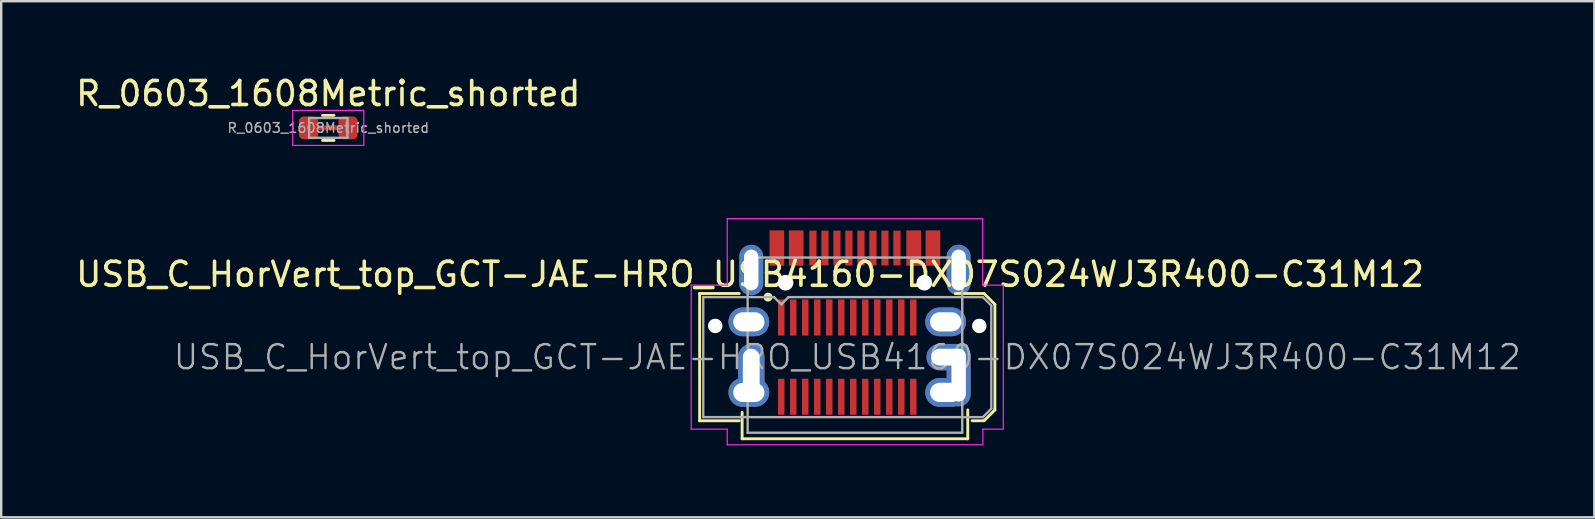
<source format=kicad_pcb>
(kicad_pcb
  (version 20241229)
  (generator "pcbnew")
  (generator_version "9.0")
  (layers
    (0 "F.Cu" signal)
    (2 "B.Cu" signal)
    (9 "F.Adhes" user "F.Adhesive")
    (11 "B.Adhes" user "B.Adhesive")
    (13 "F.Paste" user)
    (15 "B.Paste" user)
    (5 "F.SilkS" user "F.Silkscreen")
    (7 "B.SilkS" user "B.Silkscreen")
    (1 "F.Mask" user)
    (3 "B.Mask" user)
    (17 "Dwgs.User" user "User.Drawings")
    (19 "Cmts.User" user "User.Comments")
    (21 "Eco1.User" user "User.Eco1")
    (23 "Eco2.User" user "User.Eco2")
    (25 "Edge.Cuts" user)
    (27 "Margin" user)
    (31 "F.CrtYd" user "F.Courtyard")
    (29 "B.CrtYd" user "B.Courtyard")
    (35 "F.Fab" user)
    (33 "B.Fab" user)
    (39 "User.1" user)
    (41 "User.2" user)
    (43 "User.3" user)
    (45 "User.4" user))
  (footprint "USB_C_HorVert_top_GCT-JAE-HRO_USB4160-DX07S024WJ3R400-C31M12"
    (layer "F.Cu")
    (at 32.246 11.828)
    (property "Reference" "USB_C_HorVert_top_GCT-JAE-HRO_USB4160-DX07S024WJ3R400-C31M12" (at -4.05 -3.45 0) (layer "F.SilkS") (effects (font (size 1 1) (thickness 0.15))))
    (attr smd)
    (fp_line (start -6.15 -2.65) (end -6.15 2.65) (stroke (width 0.12) (type solid)) (layer "F.SilkS"))
    (fp_line (start -6.15 -2.65) (end -4.5 -2.65) (stroke (width 0.12) (type solid)) (layer "F.SilkS"))
    (fp_line (start -6.15 2.65) (end -4.5 2.65) (stroke (width 0.12) (type solid)) (layer "F.SilkS"))
    (fp_line (start -4.38 2.3) (end -4.38 3.4) (stroke (width 0.12) (type solid)) (layer "F.SilkS"))
    (fp_line (start -4.38 3.4) (end 5.02 3.4) (stroke (width 0.12) (type solid)) (layer "F.SilkS"))
    (fp_line (start 4.5 -2.65) (end 5.7 -2.65) (stroke (width 0.12) (type solid)) (layer "F.SilkS"))
    (fp_line (start 5.02 2.2) (end 5.02 3.4) (stroke (width 0.12) (type solid)) (layer "F.SilkS"))
    (fp_line (start 5.2 2.65) (end 5.7 2.65) (stroke (width 0.12) (type solid)) (layer "F.SilkS"))
    (fp_line (start 5.7 -2.65) (end 6.15 -2.2) (stroke (width 0.12) (type solid)) (layer "F.SilkS"))
    (fp_line (start 5.7 2.65) (end 6.15 2.2) (stroke (width 0.12) (type solid)) (layer "F.SilkS"))
    (fp_line (start 6.15 -2.2) (end 6.15 2.2) (stroke (width 0.12) (type solid)) (layer "F.SilkS"))
    (fp_circle (center -3.3 -2.5) (end -3.188 -2.5) (stroke (width 0.15) (type solid)) (fill no) (layer "F.SilkS"))
    (fp_line (start -6.5 -3) (end -5 -3) (stroke (width 0.05) (type default)) (layer "F.CrtYd"))
    (fp_line (start -6.5 3) (end -6.5 -3) (stroke (width 0.05) (type solid)) (layer "F.CrtYd"))
    (fp_line (start -6.5 3) (end -5 3) (stroke (width 0.05) (type default)) (layer "F.CrtYd"))
    (fp_line (start -5 -5.77) (end -5 -3) (stroke (width 0.05) (type default)) (layer "F.CrtYd"))
    (fp_line (start -5 -5.77) (end 5.64 -5.77) (stroke (width 0.05) (type solid)) (layer "F.CrtYd"))
    (fp_line (start -5 3) (end -5 3.65) (stroke (width 0.05) (type default)) (layer "F.CrtYd"))
    (fp_line (start -5 3.65) (end 5.64 3.65) (stroke (width 0.05) (type solid)) (layer "F.CrtYd"))
    (fp_line (start 5.64 -5.77) (end 5.64 -3) (stroke (width 0.05) (type default)) (layer "F.CrtYd"))
    (fp_line (start 5.64 -3) (end 5.65 -3) (stroke (width 0.05) (type default)) (layer "F.CrtYd"))
    (fp_line (start 5.65 3) (end 5.65 3.65) (stroke (width 0.05) (type default)) (layer "F.CrtYd"))
    (fp_line (start 6.5 -3) (end 5.65 -3) (stroke (width 0.05) (type default)) (layer "F.CrtYd"))
    (fp_line (start 6.5 -3) (end 6.5 3) (stroke (width 0.05) (type solid)) (layer "F.CrtYd"))
    (fp_line (start 6.5 3) (end 5.65 3) (stroke (width 0.05) (type default)) (layer "F.CrtYd"))
    (fp_line (start -6 -2.5) (end -3.05 -2.5) (stroke (width 0.1) (type solid)) (layer "F.Fab"))
    (fp_line (start -6 2.5) (end -6 -2.5) (stroke (width 0.1) (type solid)) (layer "F.Fab"))
    (fp_line (start -6 2.5) (end 5.65 2.5) (stroke (width 0.1) (type solid)) (layer "F.Fab"))
    (fp_line (start -4.15 -4.15) (end -4.15 3.15) (stroke (width 0.1) (type solid)) (layer "F.Fab"))
    (fp_line (start -4.15 -4.15) (end 4.79 -4.15) (stroke (width 0.1) (type solid)) (layer "F.Fab"))
    (fp_line (start -4.15 3.15) (end 4.79 3.15) (stroke (width 0.1) (type solid)) (layer "F.Fab"))
    (fp_line (start -3.05 -2.5) (end -2.75 -2.2) (stroke (width 0.1) (type solid)) (layer "F.Fab"))
    (fp_line (start -2.75 -2.2) (end -2.45 -2.5) (stroke (width 0.1) (type solid)) (layer "F.Fab"))
    (fp_line (start 4.79 -4.15) (end 4.79 3.15) (stroke (width 0.1) (type solid)) (layer "F.Fab"))
    (fp_line (start 5.65 -2.5) (end -2.45 -2.5) (stroke (width 0.1) (type solid)) (layer "F.Fab"))
    (fp_line (start 5.65 -2.5) (end 6 -2.15) (stroke (width 0.1) (type solid)) (layer "F.Fab"))
    (fp_line (start 5.65 2.5) (end 6 2.15) (stroke (width 0.1) (type solid)) (layer "F.Fab"))
    (fp_line (start 6 2.15) (end 6 -2.15) (stroke (width 0.1) (type solid)) (layer "F.Fab"))
    (fp_text user "${REFERENCE}" (at 0 0 0) (layer "F.Fab") (effects (font (size 1 1) (thickness 0.1))))
    (pad "" np_thru_hole circle (at -5.5 -1.3) (size 0.6 0.6) (drill 0.6) (layers "*.Cu" "*.Mask"))
    (pad "" np_thru_hole circle (at -2.57 -3.1) (size 0.65 0.65) (drill 0.65) (layers "*.Cu" "*.Mask"))
    (pad "" np_thru_hole circle (at 3.21 -3.1) (size 0.65 0.65) (drill 0.65) (layers "*.Cu" "*.Mask"))
    (pad "" np_thru_hole circle (at 5.5 -1.3) (size 0.6 0.6) (drill 0.6) (layers "*.Cu" "*.Mask"))
    (pad "A1" smd rect (at -2.93 -4.545) (size 0.6 1.45) (layers "F.Cu" "F.Mask" "F.Paste"))
    (pad "A1" smd rect (at -2.75 -1.65) (size 0.27 1.5) (layers "F.Cu" "F.Mask" "F.Paste"))
    (pad "A2" smd rect (at -2.25 -1.65) (size 0.27 1.5) (layers "F.Cu" "F.Mask" "F.Paste"))
    (pad "A3" smd rect (at -1.75 -1.65) (size 0.27 1.5) (layers "F.Cu" "F.Mask" "F.Paste"))
    (pad "A4" smd rect (at -2.13 -4.545) (size 0.6 1.45) (layers "F.Cu" "F.Mask" "F.Paste"))
    (pad "A4" smd rect (at -1.25 -1.65) (size 0.27 1.5) (layers "F.Cu" "F.Mask" "F.Paste"))
    (pad "A5" smd rect (at -0.93 -4.545) (size 0.3 1.45) (layers "F.Cu" "F.Mask" "F.Paste"))
    (pad "A5" smd rect (at -0.75 -1.65) (size 0.27 1.5) (layers "F.Cu" "F.Mask" "F.Paste"))
    (pad "A6" smd rect (at -0.25 -1.65) (size 0.27 1.5) (layers "F.Cu" "F.Mask" "F.Paste"))
    (pad "A6" smd rect (at 0.07 -4.545) (size 0.3 1.45) (layers "F.Cu" "F.Mask" "F.Paste"))
    (pad "A7" smd rect (at 0.25 -1.65) (size 0.27 1.5) (layers "F.Cu" "F.Mask" "F.Paste"))
    (pad "A7" smd rect (at 0.57 -4.545) (size 0.3 1.45) (layers "F.Cu" "F.Mask" "F.Paste"))
    (pad "A8" smd rect (at 0.75 -1.65) (size 0.27 1.5) (layers "F.Cu" "F.Mask" "F.Paste"))
    (pad "A8" smd rect (at 1.57 -4.545) (size 0.3 1.45) (layers "F.Cu" "F.Mask" "F.Paste"))
    (pad "A9" smd rect (at 1.25 -1.65) (size 0.27 1.5) (layers "F.Cu" "F.Mask" "F.Paste"))
    (pad "A9" smd rect (at 2.77 -4.545) (size 0.6 1.45) (layers "F.Cu" "F.Mask" "F.Paste"))
    (pad "A10" smd rect (at 1.75 -1.65) (size 0.27 1.5) (layers "F.Cu" "F.Mask" "F.Paste"))
    (pad "A11" smd rect (at 2.25 -1.65) (size 0.27 1.5) (layers "F.Cu" "F.Mask" "F.Paste"))
    (pad "A12" smd rect (at 2.75 -1.65) (size 0.27 1.5) (layers "F.Cu" "F.Mask" "F.Paste"))
    (pad "A12" smd rect (at 3.57 -4.545) (size 0.6 1.45) (layers "F.Cu" "F.Mask" "F.Paste"))
    (pad "B1" smd rect (at 2.75 1.65) (size 0.27 1.5) (layers "F.Cu" "F.Mask" "F.Paste"))
    (pad "B1" smd rect (at 3.57 -4.545) (size 0.6 1.45) (layers "F.Cu" "F.Mask" "F.Paste"))
    (pad "B2" smd rect (at 2.25 1.65) (size 0.27 1.5) (layers "F.Cu" "F.Mask" "F.Paste"))
    (pad "B3" smd rect (at 1.75 1.65) (size 0.27 1.5) (layers "F.Cu" "F.Mask" "F.Paste"))
    (pad "B4" smd rect (at 1.25 1.65) (size 0.27 1.5) (layers "F.Cu" "F.Mask" "F.Paste"))
    (pad "B4" smd rect (at 2.77 -4.545) (size 0.6 1.45) (layers "F.Cu" "F.Mask" "F.Paste"))
    (pad "B5" smd rect (at 0.75 1.65) (size 0.27 1.5) (layers "F.Cu" "F.Mask" "F.Paste"))
    (pad "B5" smd rect (at 2.07 -4.545) (size 0.3 1.45) (layers "F.Cu" "F.Mask" "F.Paste"))
    (pad "B6" smd rect (at 0.25 1.65) (size 0.27 1.5) (layers "F.Cu" "F.Mask" "F.Paste"))
    (pad "B6" smd rect (at 1.07 -4.545) (size 0.3 1.45) (layers "F.Cu" "F.Mask" "F.Paste"))
    (pad "B7" smd rect (at -0.43 -4.545) (size 0.3 1.45) (layers "F.Cu" "F.Mask" "F.Paste"))
    (pad "B7" smd rect (at -0.25 1.65) (size 0.27 1.5) (layers "F.Cu" "F.Mask" "F.Paste"))
    (pad "B8" smd rect (at -1.43 -4.545) (size 0.3 1.45) (layers "F.Cu" "F.Mask" "F.Paste"))
    (pad "B8" smd rect (at -0.75 1.65) (size 0.27 1.5) (layers "F.Cu" "F.Mask" "F.Paste"))
    (pad "B9" smd rect (at -2.13 -4.545) (size 0.6 1.45) (layers "F.Cu" "F.Mask" "F.Paste"))
    (pad "B9" smd rect (at -1.25 1.65) (size 0.27 1.5) (layers "F.Cu" "F.Mask" "F.Paste"))
    (pad "B10" smd rect (at -1.75 1.65) (size 0.27 1.5) (layers "F.Cu" "F.Mask" "F.Paste"))
    (pad "B11" smd rect (at -2.25 1.65) (size 0.27 1.5) (layers "F.Cu" "F.Mask" "F.Paste"))
    (pad "B12" smd rect (at -2.93 -4.545) (size 0.6 1.45) (layers "F.Cu" "F.Mask" "F.Paste"))
    (pad "B12" smd rect (at -2.75 1.65) (size 0.27 1.5) (layers "F.Cu" "F.Mask" "F.Paste"))
    (pad "S1" thru_hole oval (at -4.1 -1.47 90) (size 1.2 1.7) (drill oval 0.8 1.3) (layers "*.Cu" "*.Mask"))
    (pad "S1" thru_hole oval (at -4.1 1.47 90) (size 1.2 1.7) (drill oval 0.8 1.3) (layers "*.Cu" "*.Mask"))
    (pad "S1" thru_hole oval (at -4 -3.63) (size 1 2.1) (drill oval 0.6 1.7) (layers "*.Cu" "*.Mask"))
    (pad "S1" thru_hole oval (at -4 0.55) (size 1.1 2.2) (drill oval 0.7 1.8) (layers "*.Cu" "*.Mask"))
    (pad "S1" thru_hole oval (at 4.1 -1.47 90) (size 1.2 1.7) (drill oval 0.8 1.3) (layers "*.Cu" "*.Mask"))
    (pad "S1" thru_hole oval (at 4.1 1.47 90) (size 1.2 1.7) (drill oval 0.8 1.3) (layers "*.Cu" "*.Mask"))
    (pad "S1" thru_hole oval (at 4.2 0) (size 1.8 1.1) (drill oval 1.4 0.7) (layers "*.Cu" "*.Mask"))
    (pad "S1" thru_hole oval (at 4.64 -3.63) (size 1 2.1) (drill oval 0.6 1.7) (layers "*.Cu" "*.Mask"))
    (pad "S1" thru_hole oval (at 4.64 0.75) (size 1 2.6) (drill oval 0.6 2.2) (layers "*.Cu" "*.Mask")))
  (footprint "R_0603_1608Metric_shorted"
    (layer "F.Cu")
    (at 10.625 2.278)
    (property "Reference" "R_0603_1608Metric_shorted" (at 0 -1.43 0) (layer "F.SilkS") (effects (font (size 1 1) (thickness 0.15))))
    (attr smd)
    (fp_rect (start -0.6 -0.1) (end 0.6 0.1) (stroke (width 0) (type solid)) (fill yes) (layer "F.Cu"))
    (fp_line (start -0.237 -0.522) (end 0.237 -0.522) (stroke (width 0.12) (type solid)) (layer "F.SilkS"))
    (fp_line (start -0.237 0.522) (end 0.237 0.522) (stroke (width 0.12) (type solid)) (layer "F.SilkS"))
    (fp_line (start -1.48 -0.73) (end 1.48 -0.73) (stroke (width 0.05) (type solid)) (layer "F.CrtYd"))
    (fp_line (start -1.48 0.73) (end -1.48 -0.73) (stroke (width 0.05) (type solid)) (layer "F.CrtYd"))
    (fp_line (start 1.48 -0.73) (end 1.48 0.73) (stroke (width 0.05) (type solid)) (layer "F.CrtYd"))
    (fp_line (start 1.48 0.73) (end -1.48 0.73) (stroke (width 0.05) (type solid)) (layer "F.CrtYd"))
    (fp_line (start -0.8 -0.412) (end 0.8 -0.412) (stroke (width 0.1) (type solid)) (layer "F.Fab"))
    (fp_line (start -0.8 0.412) (end -0.8 -0.412) (stroke (width 0.1) (type solid)) (layer "F.Fab"))
    (fp_line (start 0.8 -0.412) (end 0.8 0.412) (stroke (width 0.1) (type solid)) (layer "F.Fab"))
    (fp_line (start 0.8 0.412) (end -0.8 0.412) (stroke (width 0.1) (type solid)) (layer "F.Fab"))
    (fp_text user "${REFERENCE}" (at 0 0 0) (layer "F.Fab") (effects (font (size 0.4 0.4) (thickness 0.06))))
    (pad "1" smd roundrect (at -0.825 0) (size 0.8 0.95) (layers "F.Cu" "F.Mask" "F.Paste") (roundrect_rratio 0.25))
    (pad "2" smd roundrect (at 0.825 0) (size 0.8 0.95) (layers "F.Cu" "F.Mask" "F.Paste") (roundrect_rratio 0.25)))
  (gr_rect
    (start -3 -3)
    (end 63.368 18.503)
    (stroke (width 0.1) (type default))
    (fill no)
    (layer "Edge.Cuts")))
</source>
